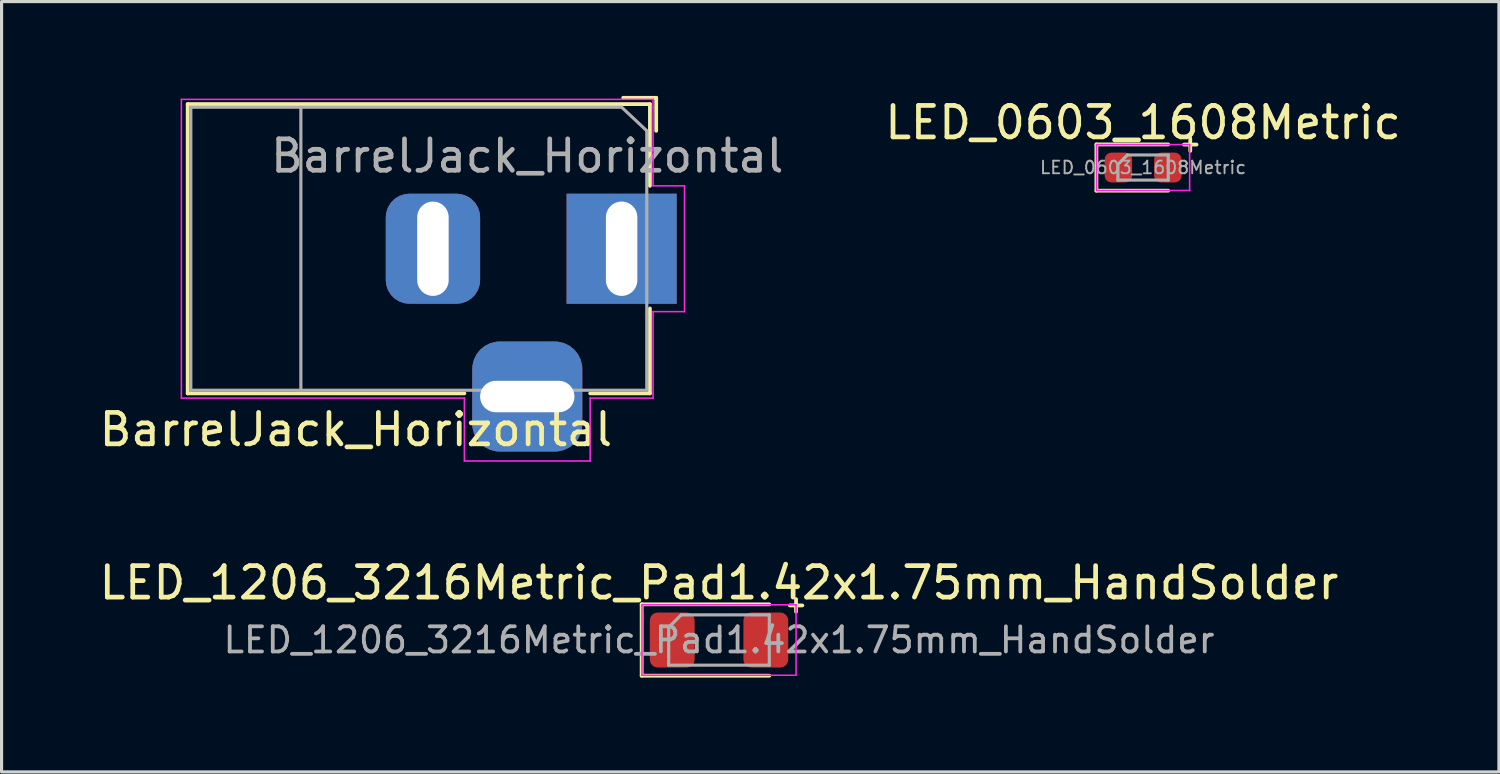
<source format=kicad_pcb>
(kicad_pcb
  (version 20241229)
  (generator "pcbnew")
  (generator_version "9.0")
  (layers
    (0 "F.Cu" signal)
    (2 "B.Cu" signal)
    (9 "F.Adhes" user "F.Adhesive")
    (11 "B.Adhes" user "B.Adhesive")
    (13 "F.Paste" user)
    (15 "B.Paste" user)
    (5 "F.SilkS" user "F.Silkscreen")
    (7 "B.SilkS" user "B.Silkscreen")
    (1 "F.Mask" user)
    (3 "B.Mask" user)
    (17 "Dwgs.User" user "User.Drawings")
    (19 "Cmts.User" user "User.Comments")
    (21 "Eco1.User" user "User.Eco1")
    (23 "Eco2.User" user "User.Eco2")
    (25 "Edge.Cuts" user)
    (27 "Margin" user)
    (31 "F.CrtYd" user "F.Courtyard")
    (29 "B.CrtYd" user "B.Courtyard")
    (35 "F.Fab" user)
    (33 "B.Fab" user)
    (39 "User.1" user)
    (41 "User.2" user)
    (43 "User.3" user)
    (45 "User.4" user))
  (footprint "LED_0603_1608Metric"
    (layer "F.Cu")
    (at 33.301 2.278)
    (property "Reference" "LED_0603_1608Metric" (at 0 -1.43 0) (layer "F.SilkS") (effects (font (size 1 1) (thickness 0.15))))
    (attr smd)
    (fp_line (start -1.485 -0.735) (end -1.485 0.735) (stroke (width 0.12) (type solid)) (layer "F.SilkS"))
    (fp_line (start -1.485 0.735) (end 0.8 0.735) (stroke (width 0.12) (type solid)) (layer "F.SilkS"))
    (fp_line (start 0.8 -0.735) (end -1.485 -0.735) (stroke (width 0.12) (type solid)) (layer "F.SilkS"))
    (fp_line (start 1.3 -0.73) (end 1.7 -0.73) (stroke (width 0.12) (type solid)) (layer "F.SilkS"))
    (fp_line (start 1.5 -0.93) (end 1.5 -0.53) (stroke (width 0.12) (type solid)) (layer "F.SilkS"))
    (fp_line (start -1.48 -0.73) (end 1.48 -0.73) (stroke (width 0.05) (type solid)) (layer "F.CrtYd"))
    (fp_line (start -1.48 0.73) (end -1.48 -0.73) (stroke (width 0.05) (type solid)) (layer "F.CrtYd"))
    (fp_line (start 1.48 -0.73) (end 1.48 0.73) (stroke (width 0.05) (type solid)) (layer "F.CrtYd"))
    (fp_line (start 1.48 0.73) (end -1.48 0.73) (stroke (width 0.05) (type solid)) (layer "F.CrtYd"))
    (fp_line (start -0.8 -0.1) (end -0.8 0.4) (stroke (width 0.1) (type solid)) (layer "F.Fab"))
    (fp_line (start -0.8 0.4) (end 0.8 0.4) (stroke (width 0.1) (type solid)) (layer "F.Fab"))
    (fp_line (start -0.5 -0.4) (end -0.8 -0.1) (stroke (width 0.1) (type solid)) (layer "F.Fab"))
    (fp_line (start 0.8 -0.4) (end -0.5 -0.4) (stroke (width 0.1) (type solid)) (layer "F.Fab"))
    (fp_line (start 0.8 0.4) (end 0.8 -0.4) (stroke (width 0.1) (type solid)) (layer "F.Fab"))
    (fp_text user "${REFERENCE}" (at 0 0 0) (layer "F.Fab") (effects (font (size 0.4 0.4) (thickness 0.06))))
    (pad "1" smd roundrect (at -0.787 0) (size 0.875 0.95) (layers "F.Cu" "F.Mask" "F.Paste") (roundrect_rratio 0.25))
    (pad "2" smd roundrect (at 0.787 0) (size 0.875 0.95) (layers "F.Cu" "F.Mask" "F.Paste") (roundrect_rratio 0.25)))
  (footprint "BarrelJack_Horizontal"
    (layer "F.Cu")
    (at 16.718 4.86)
    (property "Reference" "BarrelJack_Horizontal" (at -8.45 5.75 0) (layer "F.SilkS") (effects (font (size 1 1) (thickness 0.15))))
    (attr through_hole)
    (fp_line (start -13.8 -4.6) (end 0.9 -4.6) (stroke (width 0.12) (type solid)) (layer "F.SilkS"))
    (fp_line (start -13.8 4.6) (end -13.8 -4.6) (stroke (width 0.12) (type solid)) (layer "F.SilkS"))
    (fp_line (start -5 4.6) (end -13.8 4.6) (stroke (width 0.12) (type solid)) (layer "F.SilkS"))
    (fp_line (start 0.05 -4.8) (end 1.1 -4.8) (stroke (width 0.12) (type solid)) (layer "F.SilkS"))
    (fp_line (start 0.9 -4.6) (end 0.9 -2) (stroke (width 0.12) (type solid)) (layer "F.SilkS"))
    (fp_line (start 0.9 1.9) (end 0.9 4.6) (stroke (width 0.12) (type solid)) (layer "F.SilkS"))
    (fp_line (start 0.9 4.6) (end -1 4.6) (stroke (width 0.12) (type solid)) (layer "F.SilkS"))
    (fp_line (start 1.1 -3.75) (end 1.1 -4.8) (stroke (width 0.12) (type solid)) (layer "F.SilkS"))
    (fp_line (start -14 4.75) (end -14 -4.75) (stroke (width 0.05) (type solid)) (layer "F.CrtYd"))
    (fp_line (start -5 4.75) (end -14 4.75) (stroke (width 0.05) (type solid)) (layer "F.CrtYd"))
    (fp_line (start -5 6.75) (end -5 4.75) (stroke (width 0.05) (type solid)) (layer "F.CrtYd"))
    (fp_line (start -1 4.75) (end -1 6.75) (stroke (width 0.05) (type solid)) (layer "F.CrtYd"))
    (fp_line (start -1 6.75) (end -5 6.75) (stroke (width 0.05) (type solid)) (layer "F.CrtYd"))
    (fp_line (start 1 -4.75) (end -14 -4.75) (stroke (width 0.05) (type solid)) (layer "F.CrtYd"))
    (fp_line (start 1 -4.5) (end 1 -4.75) (stroke (width 0.05) (type solid)) (layer "F.CrtYd"))
    (fp_line (start 1 -4.5) (end 1 -2) (stroke (width 0.05) (type solid)) (layer "F.CrtYd"))
    (fp_line (start 1 -2) (end 2 -2) (stroke (width 0.05) (type solid)) (layer "F.CrtYd"))
    (fp_line (start 1 2) (end 1 4.75) (stroke (width 0.05) (type solid)) (layer "F.CrtYd"))
    (fp_line (start 1 4.75) (end -1 4.75) (stroke (width 0.05) (type solid)) (layer "F.CrtYd"))
    (fp_line (start 2 -2) (end 2 2) (stroke (width 0.05) (type solid)) (layer "F.CrtYd"))
    (fp_line (start 2 2) (end 1 2) (stroke (width 0.05) (type solid)) (layer "F.CrtYd"))
    (fp_line (start -13.7 -4.5) (end -13.7 4.5) (stroke (width 0.1) (type solid)) (layer "F.Fab"))
    (fp_line (start -13.7 4.5) (end 0.8 4.5) (stroke (width 0.1) (type solid)) (layer "F.Fab"))
    (fp_line (start -10.2 -4.5) (end -10.2 4.5) (stroke (width 0.1) (type solid)) (layer "F.Fab"))
    (fp_line (start -0.003 -4.505) (end 0.8 -3.75) (stroke (width 0.1) (type solid)) (layer "F.Fab"))
    (fp_line (start 0 -4.5) (end -13.7 -4.5) (stroke (width 0.1) (type solid)) (layer "F.Fab"))
    (fp_line (start 0.8 4.5) (end 0.8 -3.75) (stroke (width 0.1) (type solid)) (layer "F.Fab"))
    (fp_text user "${REFERENCE}" (at -3 -2.95 0) (layer "F.Fab") (effects (font (size 1 1) (thickness 0.15))))
    (pad "1" thru_hole rect (at 0 0) (size 3.5 3.5) (drill oval 1 3) (layers "*.Cu" "*.Mask"))
    (pad "2" thru_hole roundrect (at -6 0) (size 3 3.5) (drill oval 1 3) (layers "*.Cu" "*.Mask") (roundrect_rratio 0.25))
    (pad "MP" thru_hole roundrect (at -3 4.7) (size 3.5 3.5) (drill oval 3 1) (layers "*.Cu" "*.Mask") (roundrect_rratio 0.25)))
  (footprint "LED_1206_3216Metric_Pad1.42x1.75mm_HandSolder"
    (layer "F.Cu")
    (at 19.815 17.303)
    (property "Reference" "LED_1206_3216Metric_Pad1.42x1.75mm_HandSolder" (at 0 -1.82 0) (layer "F.SilkS") (effects (font (size 1 1) (thickness 0.15))))
    (attr smd)
    (fp_line (start -2.46 -1.135) (end -2.46 1.135) (stroke (width 0.12) (type solid)) (layer "F.SilkS"))
    (fp_line (start -2.46 1.135) (end 1.6 1.135) (stroke (width 0.12) (type solid)) (layer "F.SilkS"))
    (fp_line (start 1.6 -1.135) (end -2.46 -1.135) (stroke (width 0.12) (type solid)) (layer "F.SilkS"))
    (fp_line (start 2.25 -1.1) (end 2.65 -1.1) (stroke (width 0.12) (type solid)) (layer "F.SilkS"))
    (fp_line (start 2.45 -1.3) (end 2.45 -0.9) (stroke (width 0.12) (type solid)) (layer "F.SilkS"))
    (fp_line (start -2.45 -1.12) (end 2.45 -1.12) (stroke (width 0.05) (type solid)) (layer "F.CrtYd"))
    (fp_line (start -2.45 1.12) (end -2.45 -1.12) (stroke (width 0.05) (type solid)) (layer "F.CrtYd"))
    (fp_line (start 2.45 -1.12) (end 2.45 1.12) (stroke (width 0.05) (type solid)) (layer "F.CrtYd"))
    (fp_line (start 2.45 1.12) (end -2.45 1.12) (stroke (width 0.05) (type solid)) (layer "F.CrtYd"))
    (fp_line (start -1.6 -0.4) (end -1.6 0.8) (stroke (width 0.1) (type solid)) (layer "F.Fab"))
    (fp_line (start -1.6 0.8) (end 1.6 0.8) (stroke (width 0.1) (type solid)) (layer "F.Fab"))
    (fp_line (start -1.2 -0.8) (end -1.6 -0.4) (stroke (width 0.1) (type solid)) (layer "F.Fab"))
    (fp_line (start 1.6 -0.8) (end -1.2 -0.8) (stroke (width 0.1) (type solid)) (layer "F.Fab"))
    (fp_line (start 1.6 0.8) (end 1.6 -0.8) (stroke (width 0.1) (type solid)) (layer "F.Fab"))
    (fp_text user "${REFERENCE}" (at 0 0 0) (layer "F.Fab") (effects (font (size 0.8 0.8) (thickness 0.12))))
    (pad "1" smd roundrect (at -1.488 0) (size 1.425 1.75) (layers "F.Cu" "F.Mask" "F.Paste") (roundrect_rratio 0.175))
    (pad "2" smd roundrect (at 1.488 0) (size 1.425 1.75) (layers "F.Cu" "F.Mask" "F.Paste") (roundrect_rratio 0.175)))
  (gr_rect
    (start -3 -3)
    (end 44.617 21.498)
    (stroke (width 0.1) (type default))
    (fill no)
    (layer "Edge.Cuts")))
</source>
